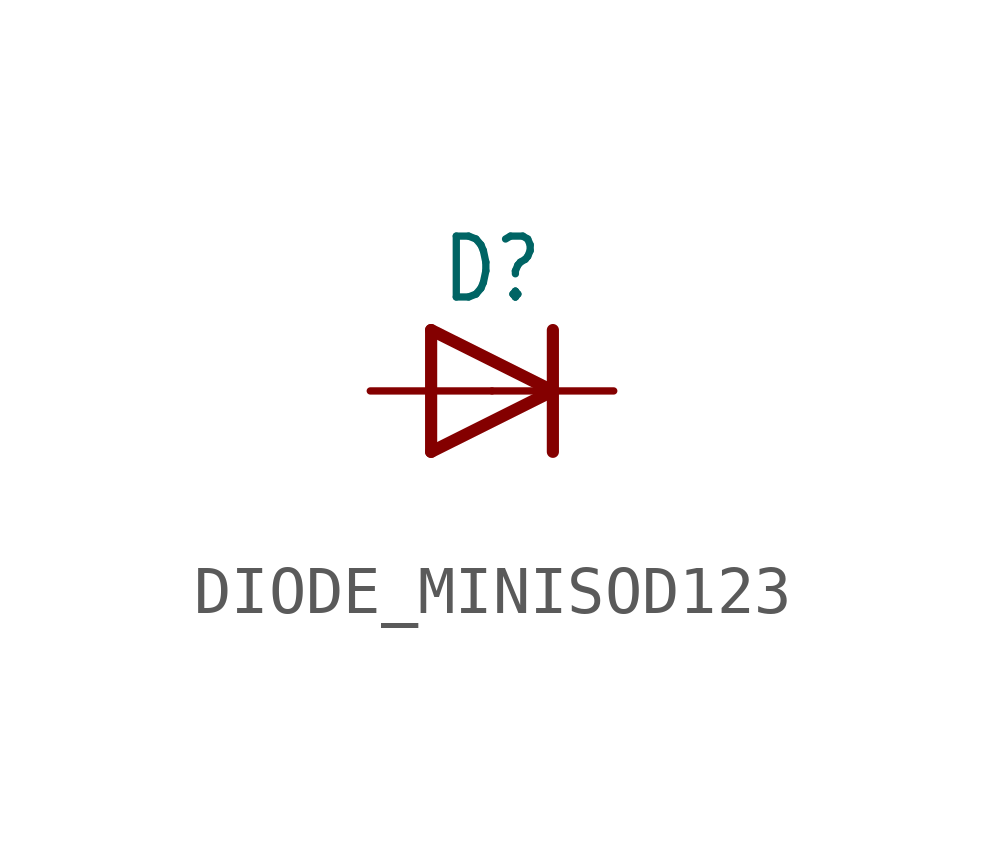
<source format=kicad_sym>
(kicad_symbol_lib
  (version 20220914)
  (generator kicad_symbol_editor)
  (symbol "DIODE_MINISOD123"
    (property "Reference" "D"
      (at 0 2.54 0)
      (effects (font (size 1.27 1.079))))
    (property "Value" ""
      (at 0 -2.5 0)
      (effects (font (size 1.27 1.079))))
    (property "ki_locked" ""
      (at 0 0 0)
      (effects (font (size 1.27 1.27))))
    (symbol "DIODE_MINISOD123_1_0"
      (polyline (pts (xy -1.27 -1.27) (xy 1.27 0)) (stroke (width 0.254) (type solid)) (fill (type none)))
      (polyline (pts (xy -1.27 1.27) (xy -1.27 -1.27)) (stroke (width 0.254) (type solid)) (fill (type none)))
      (polyline (pts (xy 1.27 0) (xy -1.27 1.27)) (stroke (width 0.254) (type solid)) (fill (type none)))
      (polyline (pts (xy 1.27 0) (xy 1.27 -1.27)) (stroke (width 0.254) (type solid)) (fill (type none)))
      (polyline (pts (xy 1.27 1.27) (xy 1.27 0)) (stroke (width 0.254) (type solid)) (fill (type none)))
      (pin passive line (at -2.54 0 0) (length 2.54) (name "A" (effects (font (size 0 0)))) (number "A" (effects (font (size 0 0)))))
      (pin passive line (at 2.54 0 180) (length 2.54) (name "C" (effects (font (size 0 0)))) (number "C" (effects (font (size 0 0))))))))
</source>
